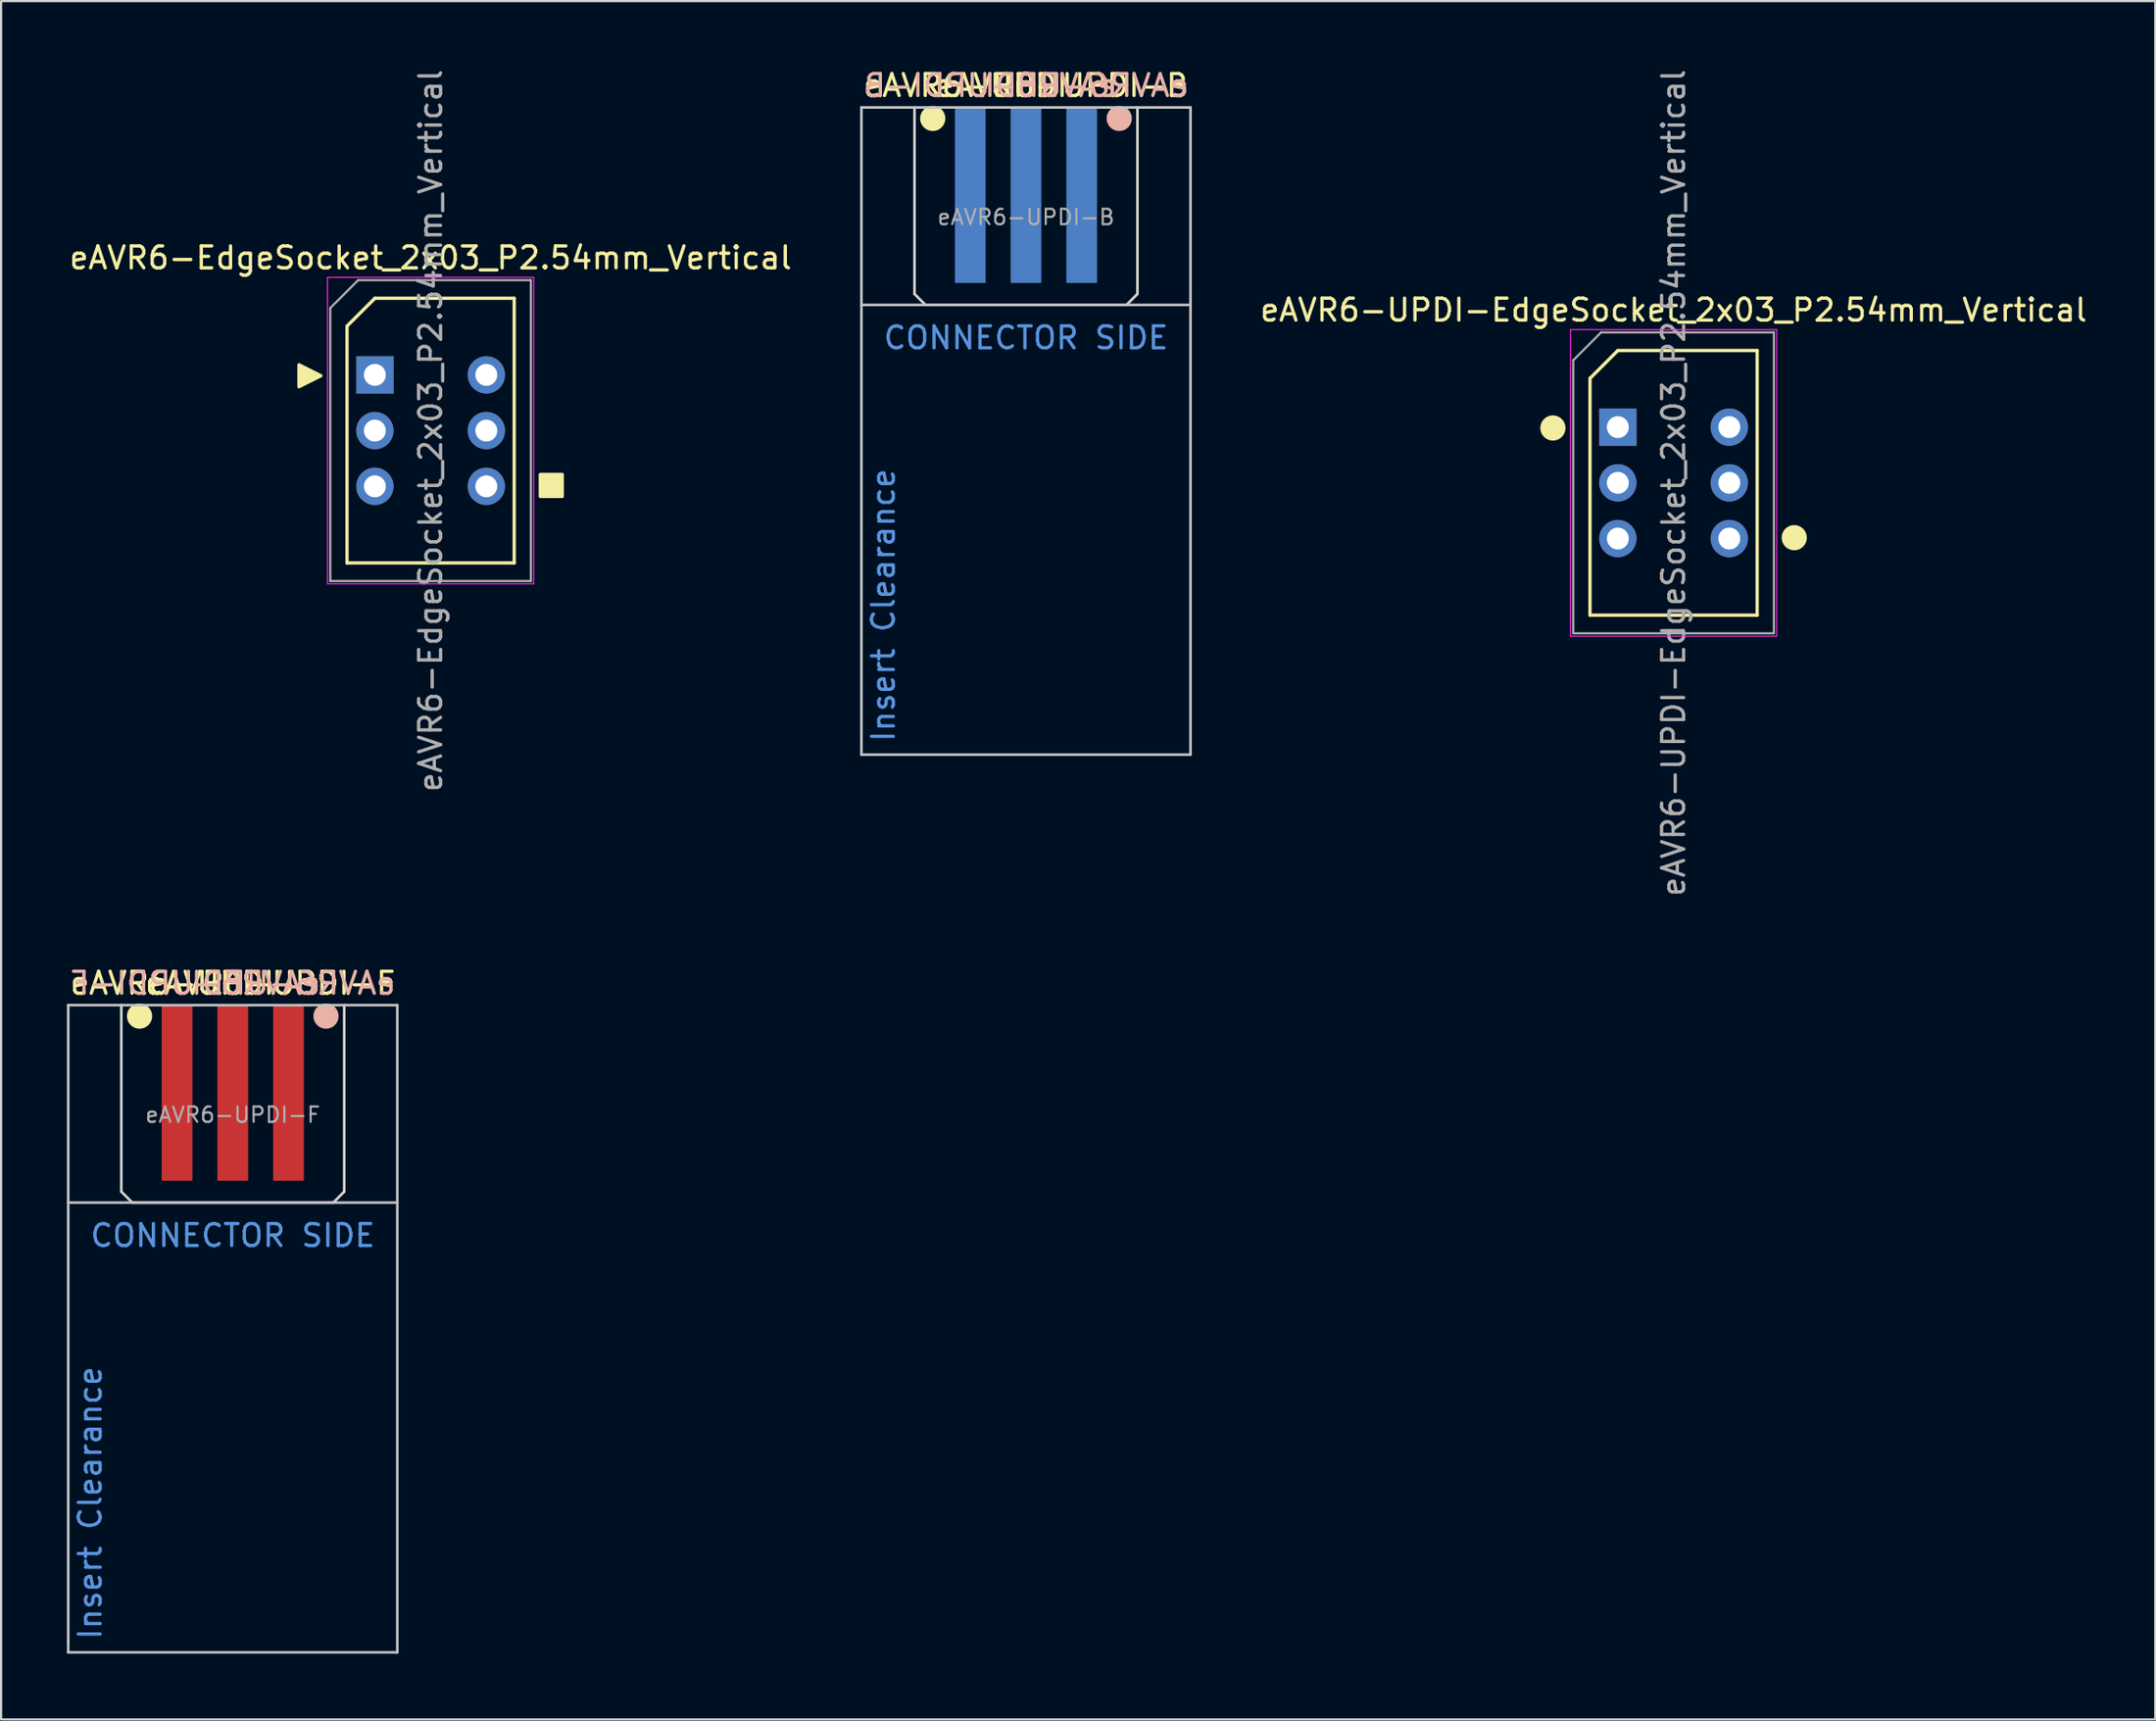
<source format=kicad_pcb>
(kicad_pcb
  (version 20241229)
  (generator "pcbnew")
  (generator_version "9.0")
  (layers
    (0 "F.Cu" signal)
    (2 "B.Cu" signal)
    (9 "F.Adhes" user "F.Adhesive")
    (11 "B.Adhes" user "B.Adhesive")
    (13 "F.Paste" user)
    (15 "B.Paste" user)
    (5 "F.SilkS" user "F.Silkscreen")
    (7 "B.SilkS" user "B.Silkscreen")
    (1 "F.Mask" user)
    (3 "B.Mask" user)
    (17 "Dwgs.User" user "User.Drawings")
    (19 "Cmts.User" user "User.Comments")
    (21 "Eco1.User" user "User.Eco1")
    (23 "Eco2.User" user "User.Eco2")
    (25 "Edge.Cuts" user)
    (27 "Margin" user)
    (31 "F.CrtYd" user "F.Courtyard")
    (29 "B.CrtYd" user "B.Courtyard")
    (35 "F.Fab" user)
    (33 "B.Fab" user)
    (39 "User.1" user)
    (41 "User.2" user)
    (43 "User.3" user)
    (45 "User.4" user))
  (footprint "eAVR6-UPDI-F"
    (layer "F.Cu")
    (at 7.56 51.765)
    (property "Reference" "eAVR6-UPDI-F" (at 7.5 -10 0) (layer "F.SilkS") (effects (font (size 1 1) (thickness 0.15)) (justify right)))
    (attr exclude_from_pos_files exclude_from_bom)
    (fp_circle (center -4.25 -8.5) (end -3.75 -8.5) (stroke (width 0.15) (type solid)) (fill yes) (layer "F.SilkS"))
    (fp_circle (center 4.25 -8.5) (end 4.75 -8.5) (stroke (width 0.15) (type solid)) (fill yes) (layer "B.SilkS"))
    (fp_line (start -7.5 -9) (end -7.5 0) (stroke (width 0.12) (type solid)) (layer "Dwgs.User"))
    (fp_line (start -7.5 -9) (end 7.5 -9) (stroke (width 0.12) (type solid)) (layer "Dwgs.User"))
    (fp_line (start -7.5 0) (end 7.5 0) (stroke (width 0.12) (type solid)) (layer "Dwgs.User"))
    (fp_line (start -7.5 20) (end -7.5 0) (stroke (width 0.12) (type solid)) (layer "Dwgs.User"))
    (fp_line (start -7.5 20.5) (end -7.5 20) (stroke (width 0.12) (type solid)) (layer "Dwgs.User"))
    (fp_line (start -7.5 20.5) (end 7.5 20.5) (stroke (width 0.12) (type solid)) (layer "Dwgs.User"))
    (fp_line (start 7.5 -9) (end 7.5 0) (stroke (width 0.12) (type solid)) (layer "Dwgs.User"))
    (fp_line (start 7.5 20.5) (end 7.5 0) (stroke (width 0.12) (type solid)) (layer "Dwgs.User"))
    (fp_line (start -5.08 -9) (end -5.08 -0.5) (stroke (width 0.12) (type solid)) (layer "Edge.Cuts"))
    (fp_line (start -5.08 -0.5) (end -4.58 0) (stroke (width 0.12) (type solid)) (layer "Edge.Cuts"))
    (fp_line (start -4.58 0) (end 4.58 0) (stroke (width 0.12) (type solid)) (layer "Edge.Cuts"))
    (fp_line (start 5.08 -9) (end 5.08 -0.5) (stroke (width 0.12) (type solid)) (layer "Edge.Cuts"))
    (fp_line (start 5.08 -0.5) (end 4.58 0) (stroke (width 0.12) (type solid)) (layer "Edge.Cuts"))
    (fp_text user "eAVR6-UPDI" (at -7.5 -10 0) (unlocked yes) (layer "F.SilkS") (effects (font (size 1 1) (thickness 0.15)) (justify left)))
    (fp_text user "${REFERENCE}" (at -7.5 -10 0) (layer "B.SilkS") (effects (font (size 1 1) (thickness 0.15)) (justify right mirror)))
    (fp_text user "eAVR6-UPDI" (at 7.5 -10 0) (unlocked yes) (layer "B.SilkS") (effects (font (size 1 1) (thickness 0.15)) (justify left mirror)))
    (fp_text user "CONNECTOR SIDE" (at 0 1.5 0) (unlocked yes) (layer "Cmts.User") (effects (font (size 1 1) (thickness 0.15))))
    (fp_text user "Insert Clearance" (at -6.5 20 90) (unlocked yes) (layer "Cmts.User") (effects (font (size 1 1) (thickness 0.15)) (justify left)))
    (fp_text user "${REFERENCE}" (at 0 -4 0) (layer "F.Fab") (effects (font (size 0.7 0.7) (thickness 0.1))))
    (pad "1" connect rect (at -2.54 -5) (size 1.4 8) (layers "F.Cu" "F.Mask"))
    (pad "2" connect rect (at 0 -5) (size 1.4 8) (layers "F.Cu" "F.Mask"))
    (pad "6" connect rect (at 2.54 -5) (size 1.4 8) (layers "F.Cu" "F.Mask")))
  (footprint "eAVR6-EdgeSocket_2x03_P2.54mm_Vertical"
    (layer "F.Cu")
    (at 16.577 16.577)
    (property "Reference" "eAVR6-EdgeSocket_2x03_P2.54mm_Vertical" (at 0 -7.874 0) (layer "F.SilkS") (effects (font (size 1 1) (thickness 0.15))))
    (attr through_hole)
    (fp_line (start -3.81 -4.763) (end -3.81 6.032) (stroke (width 0.15) (type solid)) (layer "F.SilkS"))
    (fp_line (start -3.81 -4.763) (end -2.54 -6.032) (stroke (width 0.15) (type solid)) (layer "F.SilkS"))
    (fp_line (start -3.81 6.032) (end 3.81 6.032) (stroke (width 0.15) (type solid)) (layer "F.SilkS"))
    (fp_line (start -2.54 -6.032) (end 3.81 -6.032) (stroke (width 0.15) (type solid)) (layer "F.SilkS"))
    (fp_line (start 3.81 -6.032) (end 3.81 6.032) (stroke (width 0.15) (type solid)) (layer "F.SilkS"))
    (fp_rect (start 6 2) (end 5 3) (stroke (width 0.15) (type solid)) (fill yes) (layer "F.SilkS"))
    (fp_poly (pts (xy -5 -2.5) (xy -6 -3) (xy -6 -2)) (stroke (width 0.15) (type solid)) (fill yes) (layer "F.SilkS"))
    (fp_line (start -4.699 -6.985) (end -4.699 6.985) (stroke (width 0.05) (type solid)) (layer "F.CrtYd"))
    (fp_line (start -4.699 -6.985) (end 4.699 -6.985) (stroke (width 0.05) (type solid)) (layer "F.CrtYd"))
    (fp_line (start -4.699 6.985) (end 4.699 6.985) (stroke (width 0.05) (type solid)) (layer "F.CrtYd"))
    (fp_line (start 4.699 6.985) (end 4.699 -6.985) (stroke (width 0.05) (type solid)) (layer "F.CrtYd"))
    (fp_line (start -4.572 -5.588) (end -3.302 -6.858) (stroke (width 0.1) (type solid)) (layer "F.Fab"))
    (fp_line (start -4.572 6.858) (end -4.572 -5.588) (stroke (width 0.1) (type solid)) (layer "F.Fab"))
    (fp_line (start -4.572 6.858) (end 4.572 6.858) (stroke (width 0.1) (type solid)) (layer "F.Fab"))
    (fp_line (start -3.302 -6.858) (end 4.572 -6.858) (stroke (width 0.1) (type solid)) (layer "F.Fab"))
    (fp_line (start 4.572 6.858) (end 4.572 -6.858) (stroke (width 0.1) (type solid)) (layer "F.Fab"))
    (fp_text user "${REFERENCE}" (at 0 0 90) (layer "F.Fab") (effects (font (size 1 1) (thickness 0.15))))
    (pad "1" thru_hole rect (at -2.54 -2.54) (size 1.7 1.7) (drill 1) (layers "*.Cu" "*.Mask"))
    (pad "2" thru_hole oval (at 2.54 -2.54) (size 1.7 1.7) (drill 1) (layers "*.Cu" "*.Mask"))
    (pad "3" thru_hole oval (at -2.54 0) (size 1.7 1.7) (drill 1) (layers "*.Cu" "*.Mask"))
    (pad "4" thru_hole oval (at 2.54 0) (size 1.7 1.7) (drill 1) (layers "*.Cu" "*.Mask"))
    (pad "5" thru_hole oval (at -2.54 2.54) (size 1.7 1.7) (drill 1) (layers "*.Cu" "*.Mask"))
    (pad "6" thru_hole oval (at 2.54 2.54) (size 1.7 1.7) (drill 1) (layers "*.Cu" "*.Mask")))
  (footprint "eAVR6-UPDI-EdgeSocket_2x03_P2.54mm_Vertical"
    (layer "F.Cu")
    (at 73.233 18.958)
    (property "Reference" "eAVR6-UPDI-EdgeSocket_2x03_P2.54mm_Vertical" (at 0 -7.874 0) (layer "F.SilkS") (effects (font (size 1 1) (thickness 0.15))))
    (attr through_hole)
    (fp_line (start -3.81 -4.763) (end -3.81 6.032) (stroke (width 0.15) (type solid)) (layer "F.SilkS"))
    (fp_line (start -3.81 -4.763) (end -2.54 -6.032) (stroke (width 0.15) (type solid)) (layer "F.SilkS"))
    (fp_line (start -3.81 6.032) (end 3.81 6.032) (stroke (width 0.15) (type solid)) (layer "F.SilkS"))
    (fp_line (start -2.54 -6.032) (end 3.81 -6.032) (stroke (width 0.15) (type solid)) (layer "F.SilkS"))
    (fp_line (start 3.81 -6.032) (end 3.81 6.032) (stroke (width 0.15) (type solid)) (layer "F.SilkS"))
    (fp_circle (center -5.5 -2.5) (end -5 -2.5) (stroke (width 0.15) (type solid)) (fill yes) (layer "F.SilkS"))
    (fp_circle (center 5.5 2.5) (end 6 2.5) (stroke (width 0.15) (type solid)) (fill yes) (layer "F.SilkS"))
    (fp_line (start -4.699 -6.985) (end -4.699 6.985) (stroke (width 0.05) (type solid)) (layer "F.CrtYd"))
    (fp_line (start -4.699 -6.985) (end 4.699 -6.985) (stroke (width 0.05) (type solid)) (layer "F.CrtYd"))
    (fp_line (start -4.699 6.985) (end 4.699 6.985) (stroke (width 0.05) (type solid)) (layer "F.CrtYd"))
    (fp_line (start 4.699 6.985) (end 4.699 -6.985) (stroke (width 0.05) (type solid)) (layer "F.CrtYd"))
    (fp_line (start -4.572 -5.588) (end -3.302 -6.858) (stroke (width 0.1) (type solid)) (layer "F.Fab"))
    (fp_line (start -4.572 6.858) (end -4.572 -5.588) (stroke (width 0.1) (type solid)) (layer "F.Fab"))
    (fp_line (start -4.572 6.858) (end 4.572 6.858) (stroke (width 0.1) (type solid)) (layer "F.Fab"))
    (fp_line (start -3.302 -6.858) (end 4.572 -6.858) (stroke (width 0.1) (type solid)) (layer "F.Fab"))
    (fp_line (start 4.572 6.858) (end 4.572 -6.858) (stroke (width 0.1) (type solid)) (layer "F.Fab"))
    (fp_text user "${REFERENCE}" (at 0 0 90) (layer "F.Fab") (effects (font (size 1 1) (thickness 0.15))))
    (pad "1" thru_hole rect (at -2.54 -2.54) (size 1.7 1.7) (drill 1) (layers "*.Cu" "*.Mask"))
    (pad "1" thru_hole oval (at 2.54 2.54) (size 1.7 1.7) (drill 1) (layers "*.Cu" "*.Mask"))
    (pad "2" thru_hole oval (at -2.54 0) (size 1.7 1.7) (drill 1) (layers "*.Cu" "*.Mask"))
    (pad "2" thru_hole oval (at 2.54 0) (size 1.7 1.7) (drill 1) (layers "*.Cu" "*.Mask"))
    (pad "6" thru_hole oval (at -2.54 2.54) (size 1.7 1.7) (drill 1) (layers "*.Cu" "*.Mask"))
    (pad "6" thru_hole oval (at 2.54 -2.54) (size 1.7 1.7) (drill 1) (layers "*.Cu" "*.Mask")))
  (footprint "eAVR6-UPDI-B"
    (layer "F.Cu")
    (at 43.715 10.848)
    (property "Reference" "eAVR6-UPDI-B" (at 7.5 -10 0) (layer "F.SilkS") (effects (font (size 1 1) (thickness 0.15)) (justify right)))
    (attr exclude_from_pos_files exclude_from_bom)
    (fp_circle (center -4.25 -8.5) (end -3.75 -8.5) (stroke (width 0.15) (type solid)) (fill yes) (layer "F.SilkS"))
    (fp_circle (center 4.25 -8.5) (end 4.75 -8.5) (stroke (width 0.15) (type solid)) (fill yes) (layer "B.SilkS"))
    (fp_line (start -7.5 -9) (end -7.5 0) (stroke (width 0.12) (type solid)) (layer "Dwgs.User"))
    (fp_line (start -7.5 -9) (end 7.5 -9) (stroke (width 0.12) (type solid)) (layer "Dwgs.User"))
    (fp_line (start -7.5 0) (end 7.5 0) (stroke (width 0.12) (type solid)) (layer "Dwgs.User"))
    (fp_line (start -7.5 20) (end -7.5 0) (stroke (width 0.12) (type solid)) (layer "Dwgs.User"))
    (fp_line (start -7.5 20.5) (end -7.5 20) (stroke (width 0.12) (type solid)) (layer "Dwgs.User"))
    (fp_line (start -7.5 20.5) (end 7.5 20.5) (stroke (width 0.12) (type solid)) (layer "Dwgs.User"))
    (fp_line (start 7.5 -9) (end 7.5 0) (stroke (width 0.12) (type solid)) (layer "Dwgs.User"))
    (fp_line (start 7.5 20.5) (end 7.5 0) (stroke (width 0.12) (type solid)) (layer "Dwgs.User"))
    (fp_line (start -5.08 -9) (end -5.08 -0.5) (stroke (width 0.12) (type solid)) (layer "Edge.Cuts"))
    (fp_line (start -5.08 -0.5) (end -4.58 0) (stroke (width 0.12) (type solid)) (layer "Edge.Cuts"))
    (fp_line (start -4.58 0) (end 4.58 0) (stroke (width 0.12) (type solid)) (layer "Edge.Cuts"))
    (fp_line (start 5.08 -9) (end 5.08 -0.5) (stroke (width 0.12) (type solid)) (layer "Edge.Cuts"))
    (fp_line (start 5.08 -0.5) (end 4.58 0) (stroke (width 0.12) (type solid)) (layer "Edge.Cuts"))
    (fp_text user "eAVR6-UPDI" (at -7.5 -10 0) (unlocked yes) (layer "F.SilkS") (effects (font (size 1 1) (thickness 0.15)) (justify left)))
    (fp_text user "${REFERENCE}" (at -7.5 -10 0) (layer "B.SilkS") (effects (font (size 1 1) (thickness 0.15)) (justify right mirror)))
    (fp_text user "eAVR6-UPDI" (at 7.5 -10 0) (unlocked yes) (layer "B.SilkS") (effects (font (size 1 1) (thickness 0.15)) (justify left mirror)))
    (fp_text user "CONNECTOR SIDE" (at 0 1.5 0) (unlocked yes) (layer "Cmts.User") (effects (font (size 1 1) (thickness 0.15))))
    (fp_text user "Insert Clearance" (at -6.5 20 90) (unlocked yes) (layer "Cmts.User") (effects (font (size 1 1) (thickness 0.15)) (justify left)))
    (fp_text user "${REFERENCE}" (at 0 -4 0) (layer "F.Fab") (effects (font (size 0.7 0.7) (thickness 0.1))))
    (pad "1" connect rect (at 2.54 -5) (size 1.4 8) (layers "B.Cu" "B.Mask"))
    (pad "2" connect rect (at 0 -5) (size 1.4 8) (layers "B.Cu" "B.Mask"))
    (pad "6" connect rect (at -2.54 -5) (size 1.4 8) (layers "B.Cu" "B.Mask")))
  (gr_rect
    (start -3 -3)
    (end 95.191 75.325)
    (stroke (width 0.1) (type default))
    (fill no)
    (layer "Edge.Cuts")))
</source>
